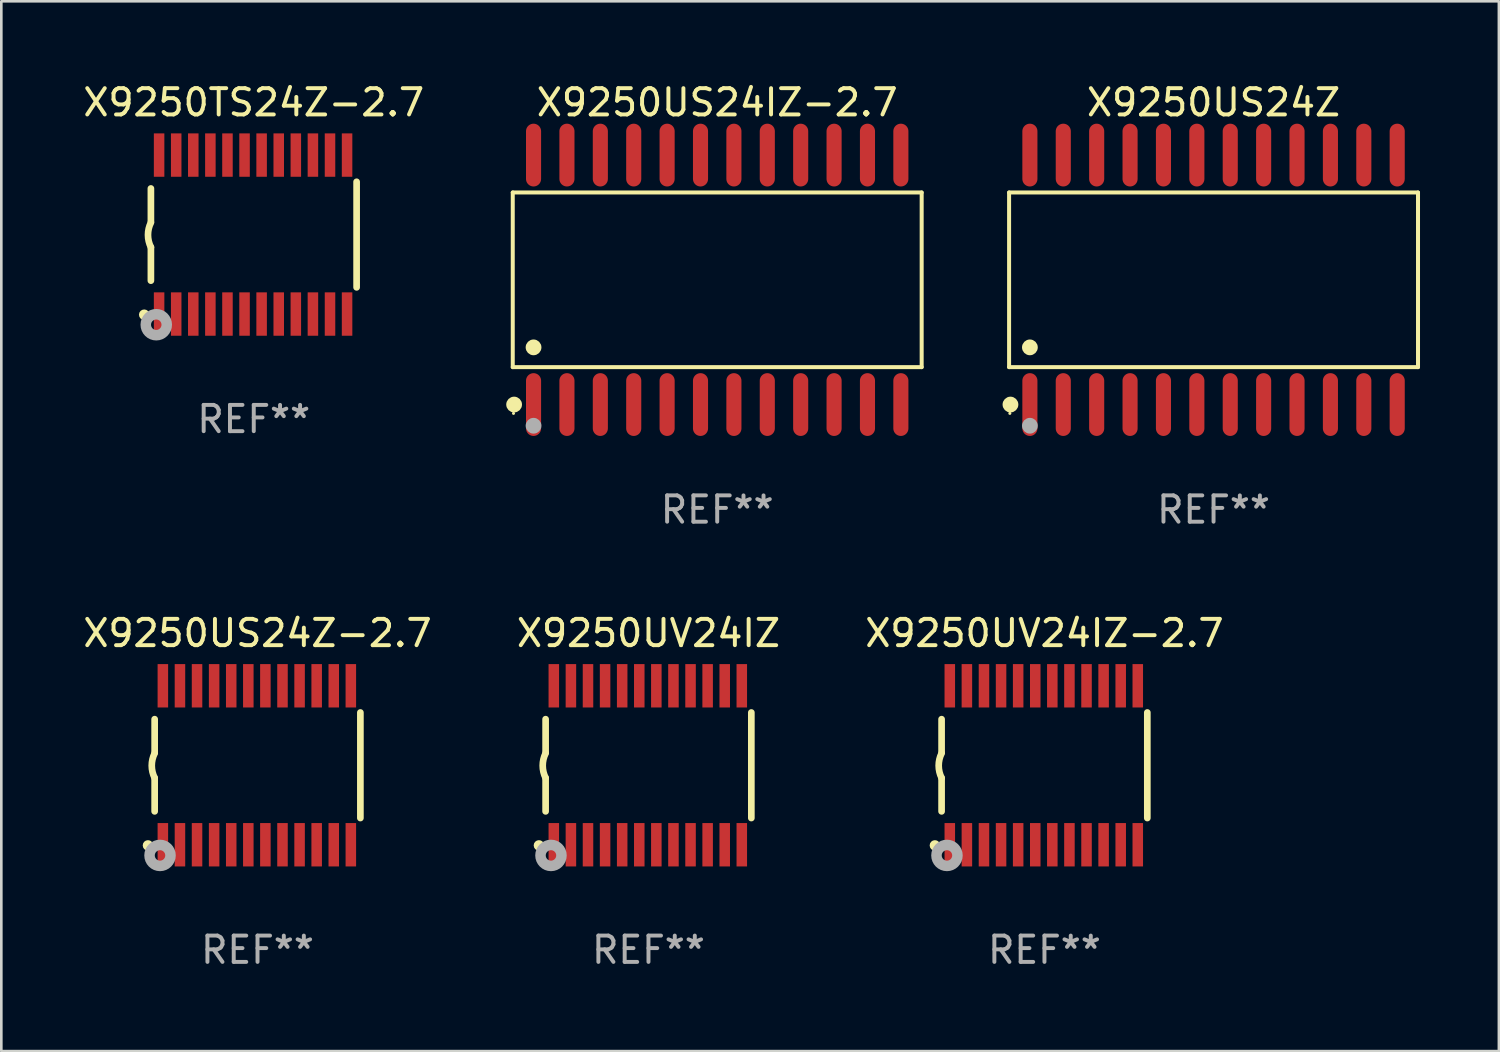
<source format=kicad_pcb>
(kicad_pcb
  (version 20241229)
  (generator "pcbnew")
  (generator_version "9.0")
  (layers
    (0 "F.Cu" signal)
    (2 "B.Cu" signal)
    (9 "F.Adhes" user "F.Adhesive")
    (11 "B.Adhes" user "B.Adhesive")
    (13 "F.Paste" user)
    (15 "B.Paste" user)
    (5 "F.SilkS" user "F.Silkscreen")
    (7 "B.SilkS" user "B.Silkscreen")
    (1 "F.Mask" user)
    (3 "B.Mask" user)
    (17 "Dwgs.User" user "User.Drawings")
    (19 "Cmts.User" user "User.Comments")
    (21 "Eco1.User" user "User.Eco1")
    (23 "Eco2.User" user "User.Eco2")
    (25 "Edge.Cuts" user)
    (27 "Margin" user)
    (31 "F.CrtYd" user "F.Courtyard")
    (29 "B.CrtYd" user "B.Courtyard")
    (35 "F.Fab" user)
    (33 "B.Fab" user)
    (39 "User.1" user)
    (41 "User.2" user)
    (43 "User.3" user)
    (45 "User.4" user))
  (footprint "X9250US24Z-2.7"
    (layer "F.Cu")
    (at 6.744 26.055)
    (property "Reference" "X9250US24Z-2.7" (at 0 -5.023 0) (layer "F.SilkS") (effects (font (size 1 1) (thickness 0.15))))
    (attr through_hole)
    (fp_line (start -3.912 -0.483) (end -3.912 -1.753) (stroke (width 0.254) (type solid)) (layer "F.SilkS"))
    (fp_line (start -3.912 1.753) (end -3.912 0.483) (stroke (width 0.254) (type solid)) (layer "F.SilkS"))
    (fp_line (start 3.912 -2.007) (end 3.912 2.007) (stroke (width 0.254) (type solid)) (layer "F.SilkS"))
    (fp_arc (start -3.911608 0.482601) (mid -4.022537 0.0127) (end -3.911608 -0.457201) (stroke (width 0.254001) (type solid)) (layer "F.SilkS"))
    (fp_circle (center -4.166 3.048) (end -4.066 3.048) (stroke (width 0.2) (type solid)) (fill no) (layer "F.SilkS"))
    (fp_circle (center -3.925 3.186) (end -3.895 3.186) (stroke (width 0.06) (type solid)) (fill no) (layer "F.SilkS"))
    (fp_circle (center -3.708 3.429) (end -3.509 3.429) (stroke (width 0.4) (type solid)) (fill no) (layer "F.Fab"))
    (fp_text user "REF**" (at 0 7.023 0) (layer "F.Fab") (effects (font (size 1 1) (thickness 0.15))))
    (pad "1" smd rect (at -3.6 3.023) (size 0.4 1.65) (layers "F.Cu" "F.Mask" "F.Paste"))
    (pad "2" smd rect (at -2.95 3.023) (size 0.4 1.65) (layers "F.Cu" "F.Mask" "F.Paste"))
    (pad "3" smd rect (at -2.3 3.023) (size 0.4 1.65) (layers "F.Cu" "F.Mask" "F.Paste"))
    (pad "4" smd rect (at -1.65 3.023) (size 0.4 1.65) (layers "F.Cu" "F.Mask" "F.Paste"))
    (pad "5" smd rect (at -1 3.023) (size 0.4 1.65) (layers "F.Cu" "F.Mask" "F.Paste"))
    (pad "6" smd rect (at -0.35 3.023) (size 0.4 1.65) (layers "F.Cu" "F.Mask" "F.Paste"))
    (pad "7" smd rect (at 0.299 3.023) (size 0.4 1.65) (layers "F.Cu" "F.Mask" "F.Paste"))
    (pad "8" smd rect (at 0.95 3.023) (size 0.4 1.65) (layers "F.Cu" "F.Mask" "F.Paste"))
    (pad "9" smd rect (at 1.6 3.023) (size 0.4 1.65) (layers "F.Cu" "F.Mask" "F.Paste"))
    (pad "10" smd rect (at 2.25 3.023) (size 0.4 1.65) (layers "F.Cu" "F.Mask" "F.Paste"))
    (pad "11" smd rect (at 2.9 3.023) (size 0.4 1.65) (layers "F.Cu" "F.Mask" "F.Paste"))
    (pad "12" smd rect (at 3.549 3.023) (size 0.4 1.65) (layers "F.Cu" "F.Mask" "F.Paste"))
    (pad "13" smd rect (at 3.549 -3.023) (size 0.4 1.65) (layers "F.Cu" "F.Mask" "F.Paste"))
    (pad "14" smd rect (at 2.9 -3.023) (size 0.4 1.65) (layers "F.Cu" "F.Mask" "F.Paste"))
    (pad "15" smd rect (at 2.25 -3.023) (size 0.4 1.65) (layers "F.Cu" "F.Mask" "F.Paste"))
    (pad "16" smd rect (at 1.6 -3.023) (size 0.4 1.65) (layers "F.Cu" "F.Mask" "F.Paste"))
    (pad "17" smd rect (at 0.95 -3.023) (size 0.4 1.65) (layers "F.Cu" "F.Mask" "F.Paste"))
    (pad "18" smd rect (at 0.299 -3.023) (size 0.4 1.65) (layers "F.Cu" "F.Mask" "F.Paste"))
    (pad "19" smd rect (at -0.35 -3.023) (size 0.4 1.65) (layers "F.Cu" "F.Mask" "F.Paste"))
    (pad "20" smd rect (at -1 -3.023) (size 0.4 1.65) (layers "F.Cu" "F.Mask" "F.Paste"))
    (pad "21" smd rect (at -1.65 -3.023) (size 0.4 1.65) (layers "F.Cu" "F.Mask" "F.Paste"))
    (pad "22" smd rect (at -2.3 -3.023) (size 0.4 1.65) (layers "F.Cu" "F.Mask" "F.Paste"))
    (pad "23" smd rect (at -2.95 -3.023) (size 0.4 1.65) (layers "F.Cu" "F.Mask" "F.Paste"))
    (pad "24" smd rect (at -3.6 -3.023) (size 0.4 1.65) (layers "F.Cu" "F.Mask" "F.Paste")))
  (footprint "X9250TS24Z-2.7"
    (layer "F.Cu")
    (at 6.601 5.871)
    (property "Reference" "X9250TS24Z-2.7" (at 0 -5.023 0) (layer "F.SilkS") (effects (font (size 1 1) (thickness 0.15))))
    (attr through_hole)
    (fp_line (start -3.912 -0.483) (end -3.912 -1.753) (stroke (width 0.254) (type solid)) (layer "F.SilkS"))
    (fp_line (start -3.912 1.753) (end -3.912 0.483) (stroke (width 0.254) (type solid)) (layer "F.SilkS"))
    (fp_line (start 3.912 -2.007) (end 3.912 2.007) (stroke (width 0.254) (type solid)) (layer "F.SilkS"))
    (fp_arc (start -3.911608 0.482601) (mid -4.022537 0.0127) (end -3.911608 -0.457201) (stroke (width 0.254001) (type solid)) (layer "F.SilkS"))
    (fp_circle (center -4.166 3.048) (end -4.066 3.048) (stroke (width 0.2) (type solid)) (fill no) (layer "F.SilkS"))
    (fp_circle (center -3.925 3.186) (end -3.895 3.186) (stroke (width 0.06) (type solid)) (fill no) (layer "F.SilkS"))
    (fp_circle (center -3.708 3.429) (end -3.509 3.429) (stroke (width 0.4) (type solid)) (fill no) (layer "F.Fab"))
    (fp_text user "REF**" (at 0 7.023 0) (layer "F.Fab") (effects (font (size 1 1) (thickness 0.15))))
    (pad "1" smd rect (at -3.6 3.023) (size 0.4 1.65) (layers "F.Cu" "F.Mask" "F.Paste"))
    (pad "2" smd rect (at -2.95 3.023) (size 0.4 1.65) (layers "F.Cu" "F.Mask" "F.Paste"))
    (pad "3" smd rect (at -2.3 3.023) (size 0.4 1.65) (layers "F.Cu" "F.Mask" "F.Paste"))
    (pad "4" smd rect (at -1.65 3.023) (size 0.4 1.65) (layers "F.Cu" "F.Mask" "F.Paste"))
    (pad "5" smd rect (at -1 3.023) (size 0.4 1.65) (layers "F.Cu" "F.Mask" "F.Paste"))
    (pad "6" smd rect (at -0.35 3.023) (size 0.4 1.65) (layers "F.Cu" "F.Mask" "F.Paste"))
    (pad "7" smd rect (at 0.299 3.023) (size 0.4 1.65) (layers "F.Cu" "F.Mask" "F.Paste"))
    (pad "8" smd rect (at 0.95 3.023) (size 0.4 1.65) (layers "F.Cu" "F.Mask" "F.Paste"))
    (pad "9" smd rect (at 1.6 3.023) (size 0.4 1.65) (layers "F.Cu" "F.Mask" "F.Paste"))
    (pad "10" smd rect (at 2.25 3.023) (size 0.4 1.65) (layers "F.Cu" "F.Mask" "F.Paste"))
    (pad "11" smd rect (at 2.9 3.023) (size 0.4 1.65) (layers "F.Cu" "F.Mask" "F.Paste"))
    (pad "12" smd rect (at 3.549 3.023) (size 0.4 1.65) (layers "F.Cu" "F.Mask" "F.Paste"))
    (pad "13" smd rect (at 3.549 -3.023) (size 0.4 1.65) (layers "F.Cu" "F.Mask" "F.Paste"))
    (pad "14" smd rect (at 2.9 -3.023) (size 0.4 1.65) (layers "F.Cu" "F.Mask" "F.Paste"))
    (pad "15" smd rect (at 2.25 -3.023) (size 0.4 1.65) (layers "F.Cu" "F.Mask" "F.Paste"))
    (pad "16" smd rect (at 1.6 -3.023) (size 0.4 1.65) (layers "F.Cu" "F.Mask" "F.Paste"))
    (pad "17" smd rect (at 0.95 -3.023) (size 0.4 1.65) (layers "F.Cu" "F.Mask" "F.Paste"))
    (pad "18" smd rect (at 0.299 -3.023) (size 0.4 1.65) (layers "F.Cu" "F.Mask" "F.Paste"))
    (pad "19" smd rect (at -0.35 -3.023) (size 0.4 1.65) (layers "F.Cu" "F.Mask" "F.Paste"))
    (pad "20" smd rect (at -1 -3.023) (size 0.4 1.65) (layers "F.Cu" "F.Mask" "F.Paste"))
    (pad "21" smd rect (at -1.65 -3.023) (size 0.4 1.65) (layers "F.Cu" "F.Mask" "F.Paste"))
    (pad "22" smd rect (at -2.3 -3.023) (size 0.4 1.65) (layers "F.Cu" "F.Mask" "F.Paste"))
    (pad "23" smd rect (at -2.95 -3.023) (size 0.4 1.65) (layers "F.Cu" "F.Mask" "F.Paste"))
    (pad "24" smd rect (at -3.6 -3.023) (size 0.4 1.65) (layers "F.Cu" "F.Mask" "F.Paste")))
  (footprint "X9250US24Z"
    (layer "F.Cu")
    (at 43.104 7.592)
    (property "Reference" "X9250US24Z" (at 0 -6.744 0) (layer "F.SilkS") (effects (font (size 1 1) (thickness 0.15))))
    (attr through_hole)
    (fp_line (start -7.776 -3.321) (end 7.776 -3.321) (stroke (width 0.152) (type solid)) (layer "F.SilkS"))
    (fp_line (start -7.776 3.321) (end -7.776 -3.321) (stroke (width 0.152) (type solid)) (layer "F.SilkS"))
    (fp_line (start 7.776 -3.321) (end 7.776 3.321) (stroke (width 0.152) (type solid)) (layer "F.SilkS"))
    (fp_line (start 7.776 3.321) (end -7.776 3.321) (stroke (width 0.152) (type solid)) (layer "F.SilkS"))
    (fp_circle (center -7.747 5.08) (end -7.717 5.08) (stroke (width 0.06) (type solid)) (fill no) (layer "F.SilkS"))
    (fp_circle (center -7.724 4.744) (end -7.574 4.744) (stroke (width 0.3) (type solid)) (fill no) (layer "F.SilkS"))
    (fp_circle (center -6.985 2.569) (end -6.835 2.569) (stroke (width 0.3) (type solid)) (fill no) (layer "F.SilkS"))
    (fp_circle (center -6.985 5.55) (end -6.835 5.55) (stroke (width 0.3) (type solid)) (fill no) (layer "F.Fab"))
    (fp_text user "REF**" (at 0 8.744 0) (layer "F.Fab") (effects (font (size 1 1) (thickness 0.15))))
    (pad "1" smd oval (at -6.985 4.744) (size 0.574 2.388) (layers "F.Cu" "F.Mask" "F.Paste"))
    (pad "2" smd oval (at -5.715 4.744) (size 0.574 2.388) (layers "F.Cu" "F.Mask" "F.Paste"))
    (pad "3" smd oval (at -4.445 4.744) (size 0.574 2.388) (layers "F.Cu" "F.Mask" "F.Paste"))
    (pad "4" smd oval (at -3.175 4.744) (size 0.574 2.388) (layers "F.Cu" "F.Mask" "F.Paste"))
    (pad "5" smd oval (at -1.905 4.744) (size 0.574 2.388) (layers "F.Cu" "F.Mask" "F.Paste"))
    (pad "6" smd oval (at -0.635 4.744) (size 0.574 2.388) (layers "F.Cu" "F.Mask" "F.Paste"))
    (pad "7" smd oval (at 0.635 4.744) (size 0.574 2.388) (layers "F.Cu" "F.Mask" "F.Paste"))
    (pad "8" smd oval (at 1.905 4.744) (size 0.574 2.388) (layers "F.Cu" "F.Mask" "F.Paste"))
    (pad "9" smd oval (at 3.175 4.744) (size 0.574 2.388) (layers "F.Cu" "F.Mask" "F.Paste"))
    (pad "10" smd oval (at 4.445 4.744) (size 0.574 2.388) (layers "F.Cu" "F.Mask" "F.Paste"))
    (pad "11" smd oval (at 5.715 4.744) (size 0.574 2.388) (layers "F.Cu" "F.Mask" "F.Paste"))
    (pad "12" smd oval (at 6.985 4.744) (size 0.574 2.388) (layers "F.Cu" "F.Mask" "F.Paste"))
    (pad "13" smd oval (at 6.985 -4.744) (size 0.574 2.388) (layers "F.Cu" "F.Mask" "F.Paste"))
    (pad "14" smd oval (at 5.715 -4.744) (size 0.574 2.388) (layers "F.Cu" "F.Mask" "F.Paste"))
    (pad "15" smd oval (at 4.445 -4.744) (size 0.574 2.388) (layers "F.Cu" "F.Mask" "F.Paste"))
    (pad "16" smd oval (at 3.175 -4.744) (size 0.574 2.388) (layers "F.Cu" "F.Mask" "F.Paste"))
    (pad "17" smd oval (at 1.905 -4.744) (size 0.574 2.388) (layers "F.Cu" "F.Mask" "F.Paste"))
    (pad "18" smd oval (at 0.635 -4.744) (size 0.574 2.388) (layers "F.Cu" "F.Mask" "F.Paste"))
    (pad "19" smd oval (at -0.635 -4.744) (size 0.574 2.388) (layers "F.Cu" "F.Mask" "F.Paste"))
    (pad "20" smd oval (at -1.905 -4.744) (size 0.574 2.388) (layers "F.Cu" "F.Mask" "F.Paste"))
    (pad "21" smd oval (at -3.175 -4.744) (size 0.574 2.388) (layers "F.Cu" "F.Mask" "F.Paste"))
    (pad "22" smd oval (at -4.445 -4.744) (size 0.574 2.388) (layers "F.Cu" "F.Mask" "F.Paste"))
    (pad "23" smd oval (at -5.715 -4.744) (size 0.574 2.388) (layers "F.Cu" "F.Mask" "F.Paste"))
    (pad "24" smd oval (at -6.985 -4.744) (size 0.574 2.388) (layers "F.Cu" "F.Mask" "F.Paste")))
  (footprint "X9250UV24IZ-2.7"
    (layer "F.Cu")
    (at 36.673 26.055)
    (property "Reference" "X9250UV24IZ-2.7" (at 0 -5.023 0) (layer "F.SilkS") (effects (font (size 1 1) (thickness 0.15))))
    (attr through_hole)
    (fp_line (start -3.912 -0.483) (end -3.912 -1.753) (stroke (width 0.254) (type solid)) (layer "F.SilkS"))
    (fp_line (start -3.912 1.753) (end -3.912 0.483) (stroke (width 0.254) (type solid)) (layer "F.SilkS"))
    (fp_line (start 3.912 -2.007) (end 3.912 2.007) (stroke (width 0.254) (type solid)) (layer "F.SilkS"))
    (fp_arc (start -3.911608 0.482601) (mid -4.022537 0.0127) (end -3.911608 -0.457201) (stroke (width 0.254001) (type solid)) (layer "F.SilkS"))
    (fp_circle (center -4.166 3.048) (end -4.066 3.048) (stroke (width 0.2) (type solid)) (fill no) (layer "F.SilkS"))
    (fp_circle (center -3.925 3.186) (end -3.895 3.186) (stroke (width 0.06) (type solid)) (fill no) (layer "F.SilkS"))
    (fp_circle (center -3.708 3.429) (end -3.509 3.429) (stroke (width 0.4) (type solid)) (fill no) (layer "F.Fab"))
    (fp_text user "REF**" (at 0 7.023 0) (layer "F.Fab") (effects (font (size 1 1) (thickness 0.15))))
    (pad "1" smd rect (at -3.6 3.023) (size 0.4 1.65) (layers "F.Cu" "F.Mask" "F.Paste"))
    (pad "2" smd rect (at -2.95 3.023) (size 0.4 1.65) (layers "F.Cu" "F.Mask" "F.Paste"))
    (pad "3" smd rect (at -2.3 3.023) (size 0.4 1.65) (layers "F.Cu" "F.Mask" "F.Paste"))
    (pad "4" smd rect (at -1.65 3.023) (size 0.4 1.65) (layers "F.Cu" "F.Mask" "F.Paste"))
    (pad "5" smd rect (at -1 3.023) (size 0.4 1.65) (layers "F.Cu" "F.Mask" "F.Paste"))
    (pad "6" smd rect (at -0.35 3.023) (size 0.4 1.65) (layers "F.Cu" "F.Mask" "F.Paste"))
    (pad "7" smd rect (at 0.299 3.023) (size 0.4 1.65) (layers "F.Cu" "F.Mask" "F.Paste"))
    (pad "8" smd rect (at 0.95 3.023) (size 0.4 1.65) (layers "F.Cu" "F.Mask" "F.Paste"))
    (pad "9" smd rect (at 1.6 3.023) (size 0.4 1.65) (layers "F.Cu" "F.Mask" "F.Paste"))
    (pad "10" smd rect (at 2.25 3.023) (size 0.4 1.65) (layers "F.Cu" "F.Mask" "F.Paste"))
    (pad "11" smd rect (at 2.9 3.023) (size 0.4 1.65) (layers "F.Cu" "F.Mask" "F.Paste"))
    (pad "12" smd rect (at 3.549 3.023) (size 0.4 1.65) (layers "F.Cu" "F.Mask" "F.Paste"))
    (pad "13" smd rect (at 3.549 -3.023) (size 0.4 1.65) (layers "F.Cu" "F.Mask" "F.Paste"))
    (pad "14" smd rect (at 2.9 -3.023) (size 0.4 1.65) (layers "F.Cu" "F.Mask" "F.Paste"))
    (pad "15" smd rect (at 2.25 -3.023) (size 0.4 1.65) (layers "F.Cu" "F.Mask" "F.Paste"))
    (pad "16" smd rect (at 1.6 -3.023) (size 0.4 1.65) (layers "F.Cu" "F.Mask" "F.Paste"))
    (pad "17" smd rect (at 0.95 -3.023) (size 0.4 1.65) (layers "F.Cu" "F.Mask" "F.Paste"))
    (pad "18" smd rect (at 0.299 -3.023) (size 0.4 1.65) (layers "F.Cu" "F.Mask" "F.Paste"))
    (pad "19" smd rect (at -0.35 -3.023) (size 0.4 1.65) (layers "F.Cu" "F.Mask" "F.Paste"))
    (pad "20" smd rect (at -1 -3.023) (size 0.4 1.65) (layers "F.Cu" "F.Mask" "F.Paste"))
    (pad "21" smd rect (at -1.65 -3.023) (size 0.4 1.65) (layers "F.Cu" "F.Mask" "F.Paste"))
    (pad "22" smd rect (at -2.3 -3.023) (size 0.4 1.65) (layers "F.Cu" "F.Mask" "F.Paste"))
    (pad "23" smd rect (at -2.95 -3.023) (size 0.4 1.65) (layers "F.Cu" "F.Mask" "F.Paste"))
    (pad "24" smd rect (at -3.6 -3.023) (size 0.4 1.65) (layers "F.Cu" "F.Mask" "F.Paste")))
  (footprint "X9250UV24IZ"
    (layer "F.Cu")
    (at 21.613 26.055)
    (property "Reference" "X9250UV24IZ" (at 0 -5.023 0) (layer "F.SilkS") (effects (font (size 1 1) (thickness 0.15))))
    (attr through_hole)
    (fp_line (start -3.912 -0.483) (end -3.912 -1.753) (stroke (width 0.254) (type solid)) (layer "F.SilkS"))
    (fp_line (start -3.912 1.753) (end -3.912 0.483) (stroke (width 0.254) (type solid)) (layer "F.SilkS"))
    (fp_line (start 3.912 -2.007) (end 3.912 2.007) (stroke (width 0.254) (type solid)) (layer "F.SilkS"))
    (fp_arc (start -3.911608 0.482601) (mid -4.022537 0.0127) (end -3.911608 -0.457201) (stroke (width 0.254001) (type solid)) (layer "F.SilkS"))
    (fp_circle (center -4.166 3.048) (end -4.066 3.048) (stroke (width 0.2) (type solid)) (fill no) (layer "F.SilkS"))
    (fp_circle (center -3.925 3.186) (end -3.895 3.186) (stroke (width 0.06) (type solid)) (fill no) (layer "F.SilkS"))
    (fp_circle (center -3.708 3.429) (end -3.509 3.429) (stroke (width 0.4) (type solid)) (fill no) (layer "F.Fab"))
    (fp_text user "REF**" (at 0 7.023 0) (layer "F.Fab") (effects (font (size 1 1) (thickness 0.15))))
    (pad "1" smd rect (at -3.6 3.023) (size 0.4 1.65) (layers "F.Cu" "F.Mask" "F.Paste"))
    (pad "2" smd rect (at -2.95 3.023) (size 0.4 1.65) (layers "F.Cu" "F.Mask" "F.Paste"))
    (pad "3" smd rect (at -2.3 3.023) (size 0.4 1.65) (layers "F.Cu" "F.Mask" "F.Paste"))
    (pad "4" smd rect (at -1.65 3.023) (size 0.4 1.65) (layers "F.Cu" "F.Mask" "F.Paste"))
    (pad "5" smd rect (at -1 3.023) (size 0.4 1.65) (layers "F.Cu" "F.Mask" "F.Paste"))
    (pad "6" smd rect (at -0.35 3.023) (size 0.4 1.65) (layers "F.Cu" "F.Mask" "F.Paste"))
    (pad "7" smd rect (at 0.299 3.023) (size 0.4 1.65) (layers "F.Cu" "F.Mask" "F.Paste"))
    (pad "8" smd rect (at 0.95 3.023) (size 0.4 1.65) (layers "F.Cu" "F.Mask" "F.Paste"))
    (pad "9" smd rect (at 1.6 3.023) (size 0.4 1.65) (layers "F.Cu" "F.Mask" "F.Paste"))
    (pad "10" smd rect (at 2.25 3.023) (size 0.4 1.65) (layers "F.Cu" "F.Mask" "F.Paste"))
    (pad "11" smd rect (at 2.9 3.023) (size 0.4 1.65) (layers "F.Cu" "F.Mask" "F.Paste"))
    (pad "12" smd rect (at 3.549 3.023) (size 0.4 1.65) (layers "F.Cu" "F.Mask" "F.Paste"))
    (pad "13" smd rect (at 3.549 -3.023) (size 0.4 1.65) (layers "F.Cu" "F.Mask" "F.Paste"))
    (pad "14" smd rect (at 2.9 -3.023) (size 0.4 1.65) (layers "F.Cu" "F.Mask" "F.Paste"))
    (pad "15" smd rect (at 2.25 -3.023) (size 0.4 1.65) (layers "F.Cu" "F.Mask" "F.Paste"))
    (pad "16" smd rect (at 1.6 -3.023) (size 0.4 1.65) (layers "F.Cu" "F.Mask" "F.Paste"))
    (pad "17" smd rect (at 0.95 -3.023) (size 0.4 1.65) (layers "F.Cu" "F.Mask" "F.Paste"))
    (pad "18" smd rect (at 0.299 -3.023) (size 0.4 1.65) (layers "F.Cu" "F.Mask" "F.Paste"))
    (pad "19" smd rect (at -0.35 -3.023) (size 0.4 1.65) (layers "F.Cu" "F.Mask" "F.Paste"))
    (pad "20" smd rect (at -1 -3.023) (size 0.4 1.65) (layers "F.Cu" "F.Mask" "F.Paste"))
    (pad "21" smd rect (at -1.65 -3.023) (size 0.4 1.65) (layers "F.Cu" "F.Mask" "F.Paste"))
    (pad "22" smd rect (at -2.3 -3.023) (size 0.4 1.65) (layers "F.Cu" "F.Mask" "F.Paste"))
    (pad "23" smd rect (at -2.95 -3.023) (size 0.4 1.65) (layers "F.Cu" "F.Mask" "F.Paste"))
    (pad "24" smd rect (at -3.6 -3.023) (size 0.4 1.65) (layers "F.Cu" "F.Mask" "F.Paste")))
  (footprint "X9250US24IZ-2.7"
    (layer "F.Cu")
    (at 24.227 7.592)
    (property "Reference" "X9250US24IZ-2.7" (at 0 -6.744 0) (layer "F.SilkS") (effects (font (size 1 1) (thickness 0.15))))
    (attr through_hole)
    (fp_line (start -7.776 -3.321) (end 7.776 -3.321) (stroke (width 0.152) (type solid)) (layer "F.SilkS"))
    (fp_line (start -7.776 3.321) (end -7.776 -3.321) (stroke (width 0.152) (type solid)) (layer "F.SilkS"))
    (fp_line (start 7.776 -3.321) (end 7.776 3.321) (stroke (width 0.152) (type solid)) (layer "F.SilkS"))
    (fp_line (start 7.776 3.321) (end -7.776 3.321) (stroke (width 0.152) (type solid)) (layer "F.SilkS"))
    (fp_circle (center -7.747 5.08) (end -7.717 5.08) (stroke (width 0.06) (type solid)) (fill no) (layer "F.SilkS"))
    (fp_circle (center -7.724 4.744) (end -7.574 4.744) (stroke (width 0.3) (type solid)) (fill no) (layer "F.SilkS"))
    (fp_circle (center -6.985 2.569) (end -6.835 2.569) (stroke (width 0.3) (type solid)) (fill no) (layer "F.SilkS"))
    (fp_circle (center -6.985 5.55) (end -6.835 5.55) (stroke (width 0.3) (type solid)) (fill no) (layer "F.Fab"))
    (fp_text user "REF**" (at 0 8.744 0) (layer "F.Fab") (effects (font (size 1 1) (thickness 0.15))))
    (pad "1" smd oval (at -6.985 4.744) (size 0.574 2.388) (layers "F.Cu" "F.Mask" "F.Paste"))
    (pad "2" smd oval (at -5.715 4.744) (size 0.574 2.388) (layers "F.Cu" "F.Mask" "F.Paste"))
    (pad "3" smd oval (at -4.445 4.744) (size 0.574 2.388) (layers "F.Cu" "F.Mask" "F.Paste"))
    (pad "4" smd oval (at -3.175 4.744) (size 0.574 2.388) (layers "F.Cu" "F.Mask" "F.Paste"))
    (pad "5" smd oval (at -1.905 4.744) (size 0.574 2.388) (layers "F.Cu" "F.Mask" "F.Paste"))
    (pad "6" smd oval (at -0.635 4.744) (size 0.574 2.388) (layers "F.Cu" "F.Mask" "F.Paste"))
    (pad "7" smd oval (at 0.635 4.744) (size 0.574 2.388) (layers "F.Cu" "F.Mask" "F.Paste"))
    (pad "8" smd oval (at 1.905 4.744) (size 0.574 2.388) (layers "F.Cu" "F.Mask" "F.Paste"))
    (pad "9" smd oval (at 3.175 4.744) (size 0.574 2.388) (layers "F.Cu" "F.Mask" "F.Paste"))
    (pad "10" smd oval (at 4.445 4.744) (size 0.574 2.388) (layers "F.Cu" "F.Mask" "F.Paste"))
    (pad "11" smd oval (at 5.715 4.744) (size 0.574 2.388) (layers "F.Cu" "F.Mask" "F.Paste"))
    (pad "12" smd oval (at 6.985 4.744) (size 0.574 2.388) (layers "F.Cu" "F.Mask" "F.Paste"))
    (pad "13" smd oval (at 6.985 -4.744) (size 0.574 2.388) (layers "F.Cu" "F.Mask" "F.Paste"))
    (pad "14" smd oval (at 5.715 -4.744) (size 0.574 2.388) (layers "F.Cu" "F.Mask" "F.Paste"))
    (pad "15" smd oval (at 4.445 -4.744) (size 0.574 2.388) (layers "F.Cu" "F.Mask" "F.Paste"))
    (pad "16" smd oval (at 3.175 -4.744) (size 0.574 2.388) (layers "F.Cu" "F.Mask" "F.Paste"))
    (pad "17" smd oval (at 1.905 -4.744) (size 0.574 2.388) (layers "F.Cu" "F.Mask" "F.Paste"))
    (pad "18" smd oval (at 0.635 -4.744) (size 0.574 2.388) (layers "F.Cu" "F.Mask" "F.Paste"))
    (pad "19" smd oval (at -0.635 -4.744) (size 0.574 2.388) (layers "F.Cu" "F.Mask" "F.Paste"))
    (pad "20" smd oval (at -1.905 -4.744) (size 0.574 2.388) (layers "F.Cu" "F.Mask" "F.Paste"))
    (pad "21" smd oval (at -3.175 -4.744) (size 0.574 2.388) (layers "F.Cu" "F.Mask" "F.Paste"))
    (pad "22" smd oval (at -4.445 -4.744) (size 0.574 2.388) (layers "F.Cu" "F.Mask" "F.Paste"))
    (pad "23" smd oval (at -5.715 -4.744) (size 0.574 2.388) (layers "F.Cu" "F.Mask" "F.Paste"))
    (pad "24" smd oval (at -6.985 -4.744) (size 0.574 2.388) (layers "F.Cu" "F.Mask" "F.Paste")))
  (gr_rect
    (start -3 -3)
    (end 53.956 36.926)
    (stroke (width 0.1) (type default))
    (fill no)
    (layer "Edge.Cuts")))
</source>
